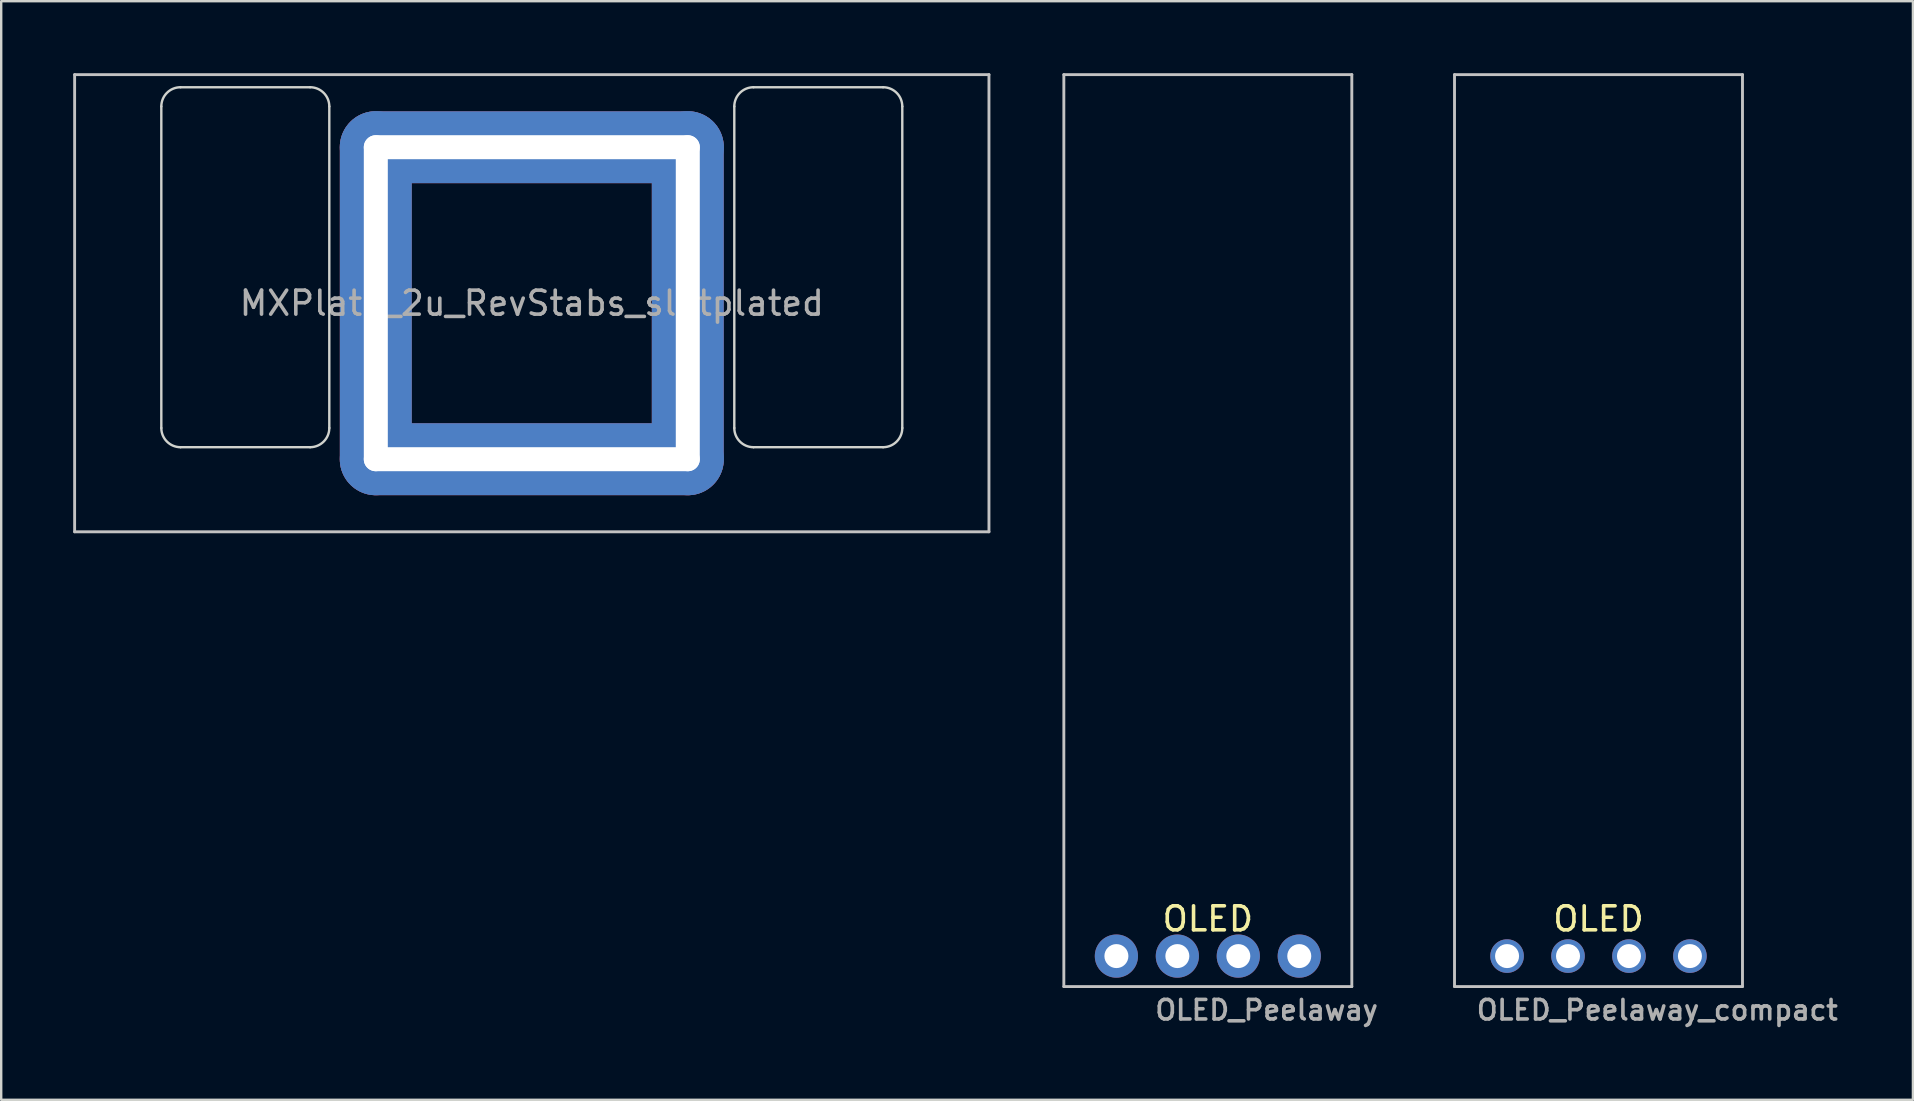
<source format=kicad_pcb>
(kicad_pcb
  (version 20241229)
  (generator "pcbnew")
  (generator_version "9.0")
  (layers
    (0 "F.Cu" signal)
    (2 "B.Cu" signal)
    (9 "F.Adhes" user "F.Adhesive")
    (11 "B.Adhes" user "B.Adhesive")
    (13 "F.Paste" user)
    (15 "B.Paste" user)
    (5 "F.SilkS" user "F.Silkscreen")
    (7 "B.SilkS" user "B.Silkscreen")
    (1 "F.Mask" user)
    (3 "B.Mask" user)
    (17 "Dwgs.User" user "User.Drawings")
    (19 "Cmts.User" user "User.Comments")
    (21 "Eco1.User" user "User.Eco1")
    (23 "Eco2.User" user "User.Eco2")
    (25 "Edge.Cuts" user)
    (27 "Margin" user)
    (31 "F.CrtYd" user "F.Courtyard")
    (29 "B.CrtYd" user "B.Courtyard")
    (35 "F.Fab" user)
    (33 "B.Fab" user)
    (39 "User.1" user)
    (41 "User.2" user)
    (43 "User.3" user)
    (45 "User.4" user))
  (footprint "MXPlate_2u_RevStabs_slotplated"
    (layer "F.Cu")
    (at 19.11 9.585)
    (property "Reference" "MXPlate_2u_RevStabs_slotplated" (at 0 0 0) (layer "F.Fab") (effects (font (size 1 1) (thickness 0.15))))
    (attr through_hole)
    (fp_line (start -19.05 -9.525) (end -19.05 9.525) (stroke (width 0.12) (type solid)) (layer "Dwgs.User"))
    (fp_line (start -19.05 -9.525) (end 19.05 -9.525) (stroke (width 0.12) (type solid)) (layer "Dwgs.User"))
    (fp_line (start -19.05 9.525) (end 19.05 9.525) (stroke (width 0.12) (type solid)) (layer "Dwgs.User"))
    (fp_line (start 19.05 -9.525) (end 19.05 9.525) (stroke (width 0.12) (type solid)) (layer "Dwgs.User"))
    (fp_line (start -15.438 5.2) (end -15.438 -8.2) (stroke (width 0.1) (type solid)) (layer "Edge.Cuts"))
    (fp_line (start -14.638 -9) (end -9.238 -9) (stroke (width 0.1) (type solid)) (layer "Edge.Cuts"))
    (fp_line (start -9.238 6) (end -14.638 6) (stroke (width 0.1) (type solid)) (layer "Edge.Cuts"))
    (fp_line (start -8.438 -8.2) (end -8.438 5.2) (stroke (width 0.1) (type solid)) (layer "Edge.Cuts"))
    (fp_line (start 8.438 5.2) (end 8.438 -8.2) (stroke (width 0.1) (type solid)) (layer "Edge.Cuts"))
    (fp_line (start 9.238 -9) (end 14.638 -9) (stroke (width 0.1) (type solid)) (layer "Edge.Cuts"))
    (fp_line (start 14.638 6) (end 9.238 6) (stroke (width 0.1) (type solid)) (layer "Edge.Cuts"))
    (fp_line (start 15.438 -8.2) (end 15.438 5.2) (stroke (width 0.1) (type solid)) (layer "Edge.Cuts"))
    (fp_arc (start -15.438 -8.2) (mid -15.203685 -8.765685) (end -14.638 -9) (stroke (width 0.1) (type solid)) (layer "Edge.Cuts"))
    (fp_arc (start -14.638 6) (mid -15.203685 5.765685) (end -15.438 5.2) (stroke (width 0.1) (type solid)) (layer "Edge.Cuts"))
    (fp_arc (start -9.238 -9) (mid -8.672315 -8.765685) (end -8.438 -8.2) (stroke (width 0.1) (type solid)) (layer "Edge.Cuts"))
    (fp_arc (start -8.438 5.2) (mid -8.672315 5.765685) (end -9.238 6) (stroke (width 0.1) (type solid)) (layer "Edge.Cuts"))
    (fp_arc (start 8.438 -8.2) (mid 8.672315 -8.765685) (end 9.238 -9) (stroke (width 0.1) (type solid)) (layer "Edge.Cuts"))
    (fp_arc (start 9.238 6) (mid 8.672315 5.765685) (end 8.438 5.2) (stroke (width 0.1) (type solid)) (layer "Edge.Cuts"))
    (fp_arc (start 14.638 -9) (mid 15.203685 -8.765685) (end 15.438 -8.2) (stroke (width 0.1) (type solid)) (layer "Edge.Cuts"))
    (fp_arc (start 15.438 5.2) (mid 15.203685 5.765685) (end 14.638 6) (stroke (width 0.1) (type solid)) (layer "Edge.Cuts"))
    (pad "" thru_hole oval (at -6.5 0) (size 3 16) (drill oval 1 14) (layers "*.Cu" "*.Mask"))
    (pad "" thru_hole oval (at 0 -6.5 270) (size 3 16) (drill oval 1 14) (layers "*.Cu" "*.Mask"))
    (pad "" thru_hole oval (at 0 6.5 90) (size 3 16) (drill oval 1 14) (layers "*.Cu" "*.Mask"))
    (pad "" thru_hole oval (at 6.5 0 180) (size 3 16) (drill oval 1 14) (layers "*.Cu" "*.Mask")))
  (footprint "OLED_Peelaway"
    (layer "F.Cu")
    (at 47.28 36.79)
    (property "Reference" "OLED_Peelaway" (at 2.45 2.25 180) (layer "F.Fab") (effects (font (size 0.813 0.813) (thickness 0.15))))
    (attr through_hole)
    (fp_line (start -6 -36.73) (end 6 -36.73) (stroke (width 0.12) (type solid)) (layer "Dwgs.User"))
    (fp_line (start -6 1.27) (end -6 -36.73) (stroke (width 0.12) (type solid)) (layer "Dwgs.User"))
    (fp_line (start -6 1.27) (end 6 1.27) (stroke (width 0.12) (type solid)) (layer "Dwgs.User"))
    (fp_line (start 6 -36.73) (end 6 1.27) (stroke (width 0.12) (type solid)) (layer "Dwgs.User"))
    (fp_text user "OLED" (at 0 -1.55 0) (layer "F.SilkS") (effects (font (size 1 1) (thickness 0.15))))
    (pad "1" thru_hole circle (at -3.81 0) (size 1.8 1.8) (drill 1) (layers "*.Cu" "*.Mask"))
    (pad "2" thru_hole circle (at -1.27 0) (size 1.8 1.8) (drill 1) (layers "*.Cu" "*.Mask"))
    (pad "3" thru_hole circle (at 1.27 0) (size 1.8 1.8) (drill 1) (layers "*.Cu" "*.Mask"))
    (pad "4" thru_hole circle (at 3.81 0) (size 1.8 1.8) (drill 1) (layers "*.Cu" "*.Mask")))
  (footprint "OLED_Peelaway_compact"
    (layer "F.Cu")
    (at 63.559 36.79)
    (property "Reference" "OLED_Peelaway_compact" (at 2.45 2.25 180) (layer "F.Fab") (effects (font (size 0.813 0.813) (thickness 0.15))))
    (attr through_hole)
    (fp_line (start -6 -36.73) (end 6 -36.73) (stroke (width 0.12) (type solid)) (layer "Dwgs.User"))
    (fp_line (start -6 1.27) (end -6 -36.73) (stroke (width 0.12) (type solid)) (layer "Dwgs.User"))
    (fp_line (start -6 1.27) (end 6 1.27) (stroke (width 0.12) (type solid)) (layer "Dwgs.User"))
    (fp_line (start 6 -36.73) (end 6 1.27) (stroke (width 0.12) (type solid)) (layer "Dwgs.User"))
    (fp_text user "OLED" (at 0 -1.55 0) (layer "F.SilkS") (effects (font (size 1 1) (thickness 0.15))))
    (pad "1" thru_hole circle (at -3.81 0) (size 1.4 1.4) (drill 1) (layers "*.Cu" "*.Mask"))
    (pad "2" thru_hole circle (at -1.27 0) (size 1.4 1.4) (drill 1) (layers "*.Cu" "*.Mask"))
    (pad "3" thru_hole circle (at 1.27 0) (size 1.4 1.4) (drill 1) (layers "*.Cu" "*.Mask"))
    (pad "4" thru_hole circle (at 3.81 0) (size 1.4 1.4) (drill 1) (layers "*.Cu" "*.Mask")))
  (gr_rect
    (start -3 -3)
    (end 76.661 42.779)
    (stroke (width 0.1) (type default))
    (fill no)
    (layer "Edge.Cuts")))
</source>
